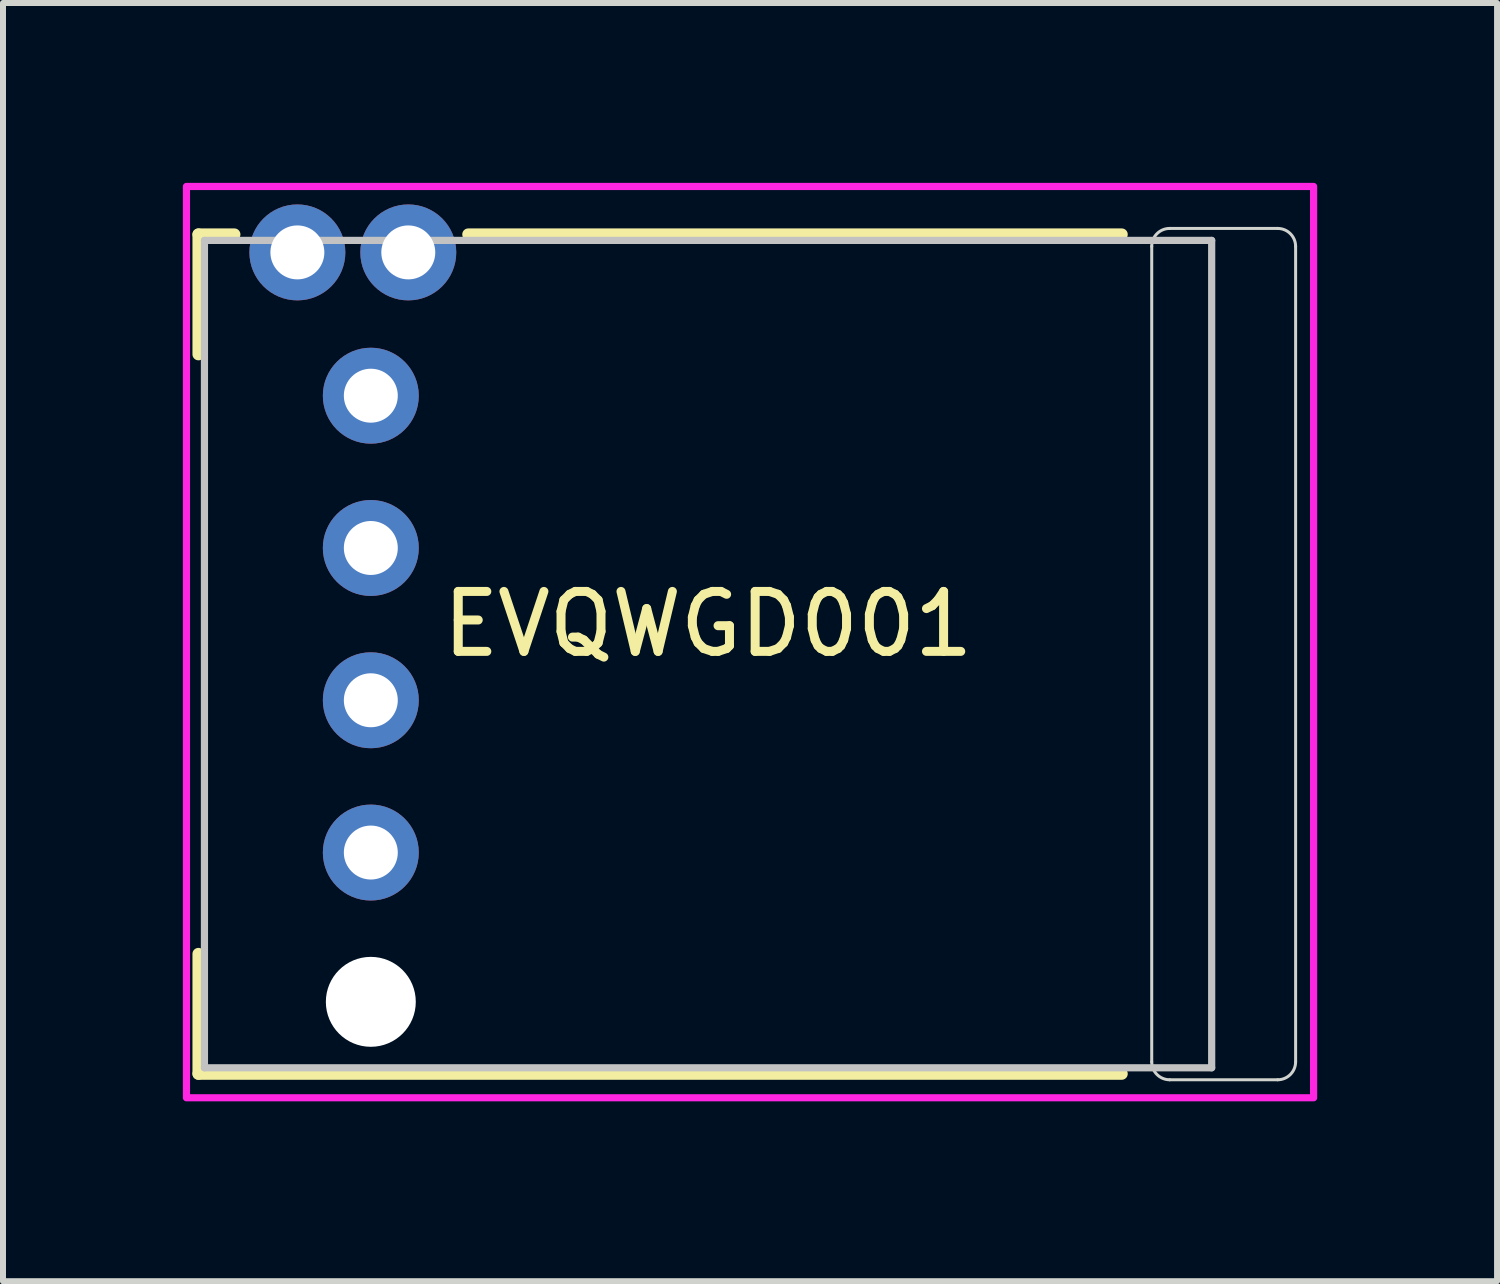
<source format=kicad_pcb>
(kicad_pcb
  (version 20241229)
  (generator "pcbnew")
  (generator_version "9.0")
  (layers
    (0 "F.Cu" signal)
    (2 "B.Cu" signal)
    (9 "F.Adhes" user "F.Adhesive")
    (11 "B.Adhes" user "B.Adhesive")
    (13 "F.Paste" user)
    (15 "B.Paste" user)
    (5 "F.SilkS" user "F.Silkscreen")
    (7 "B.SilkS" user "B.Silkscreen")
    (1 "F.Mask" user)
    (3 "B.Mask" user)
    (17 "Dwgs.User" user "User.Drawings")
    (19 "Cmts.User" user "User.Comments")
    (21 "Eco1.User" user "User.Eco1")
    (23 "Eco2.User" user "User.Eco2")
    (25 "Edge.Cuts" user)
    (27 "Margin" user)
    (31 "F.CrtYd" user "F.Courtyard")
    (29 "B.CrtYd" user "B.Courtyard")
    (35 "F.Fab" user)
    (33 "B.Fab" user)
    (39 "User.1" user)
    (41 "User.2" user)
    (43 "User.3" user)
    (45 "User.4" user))
  (footprint "EVQWGD001"
    (layer "F.Cu")
    (at 8.76 7.36)
    (property "Reference" "EVQWGD001" (at 0 0 0) (layer "F.SilkS") (effects (font (size 1 1) (thickness 0.15))))
    (attr through_hole)
    (fp_line (start -8.5 -6.5) (end -8.5 -4.5) (stroke (width 0.2) (type solid)) (layer "F.SilkS"))
    (fp_line (start -8.5 5.5) (end -8.5 7.5) (stroke (width 0.2) (type solid)) (layer "F.SilkS"))
    (fp_line (start -8.5 7.5) (end 6.9 7.5) (stroke (width 0.2) (type solid)) (layer "F.SilkS"))
    (fp_line (start -7.9 -6.5) (end -8.5 -6.5) (stroke (width 0.2) (type solid)) (layer "F.SilkS"))
    (fp_line (start 6.9 -6.5) (end -4 -6.5) (stroke (width 0.2) (type solid)) (layer "F.SilkS"))
    (fp_line (start -8.4 -6.4) (end 8.4 -6.4) (stroke (width 0.12) (type solid)) (layer "Dwgs.User"))
    (fp_line (start -8.4 7.4) (end -8.4 -6.4) (stroke (width 0.12) (type solid)) (layer "Dwgs.User"))
    (fp_line (start 8.4 -6.4) (end 8.4 7.4) (stroke (width 0.12) (type solid)) (layer "Dwgs.User"))
    (fp_line (start 8.4 7.4) (end -8.4 7.4) (stroke (width 0.12) (type solid)) (layer "Dwgs.User"))
    (fp_line (start 7.4 -6.3) (end 7.4 7.3) (stroke (width 0.05) (type solid)) (layer "Edge.Cuts"))
    (fp_line (start 7.7 7.6) (end 9.5 7.6) (stroke (width 0.05) (type solid)) (layer "Edge.Cuts"))
    (fp_line (start 9.5 -6.6) (end 7.7 -6.6) (stroke (width 0.05) (type solid)) (layer "Edge.Cuts"))
    (fp_line (start 9.8 7.3) (end 9.8 -6.3) (stroke (width 0.05) (type solid)) (layer "Edge.Cuts"))
    (fp_arc (start 7.4 -6.3) (mid 7.487868 -6.512132) (end 7.7 -6.6) (stroke (width 0.05) (type solid)) (layer "Edge.Cuts"))
    (fp_arc (start 7.7 7.6) (mid 7.487868 7.512132) (end 7.4 7.3) (stroke (width 0.05) (type solid)) (layer "Edge.Cuts"))
    (fp_arc (start 9.5 -6.6) (mid 9.712132 -6.512132) (end 9.8 -6.3) (stroke (width 0.05) (type solid)) (layer "Edge.Cuts"))
    (fp_arc (start 9.8 7.3) (mid 9.712132 7.512132) (end 9.5 7.6) (stroke (width 0.05) (type solid)) (layer "Edge.Cuts"))
    (fp_rect (start 10.1 7.9) (end -8.7 -7.3) (stroke (width 0.12) (type default)) (fill no) (layer "F.CrtYd"))
    (pad "" np_thru_hole circle (at -5.625 6.3) (size 1.5 1.5) (drill 1.5) (layers "*.Cu" "*.Mask"))
    (pad "A" thru_hole circle (at -5.625 -3.81) (size 1.6 1.6) (drill 0.9) (layers "*.Cu" "*.Mask"))
    (pad "B" thru_hole circle (at -5.625 -1.27) (size 1.6 1.6) (drill 0.9) (layers "*.Cu" "*.Mask"))
    (pad "C" thru_hole circle (at -5.625 1.27) (size 1.6 1.6) (drill 0.9) (layers "*.Cu" "*.Mask"))
    (pad "D" thru_hole circle (at -5.625 3.81) (size 1.6 1.6) (drill 0.9) (layers "*.Cu" "*.Mask"))
    (pad "S1" thru_hole circle (at -6.85 -6.2) (size 1.6 1.6) (drill 0.9) (layers "*.Cu" "*.Mask"))
    (pad "S2" thru_hole circle (at -5 -6.2) (size 1.6 1.6) (drill 0.9) (layers "*.Cu" "*.Mask")))
  (gr_rect
    (start -3 -3)
    (end 21.92 18.32)
    (stroke (width 0.1) (type default))
    (fill no)
    (layer "Edge.Cuts")))
</source>
